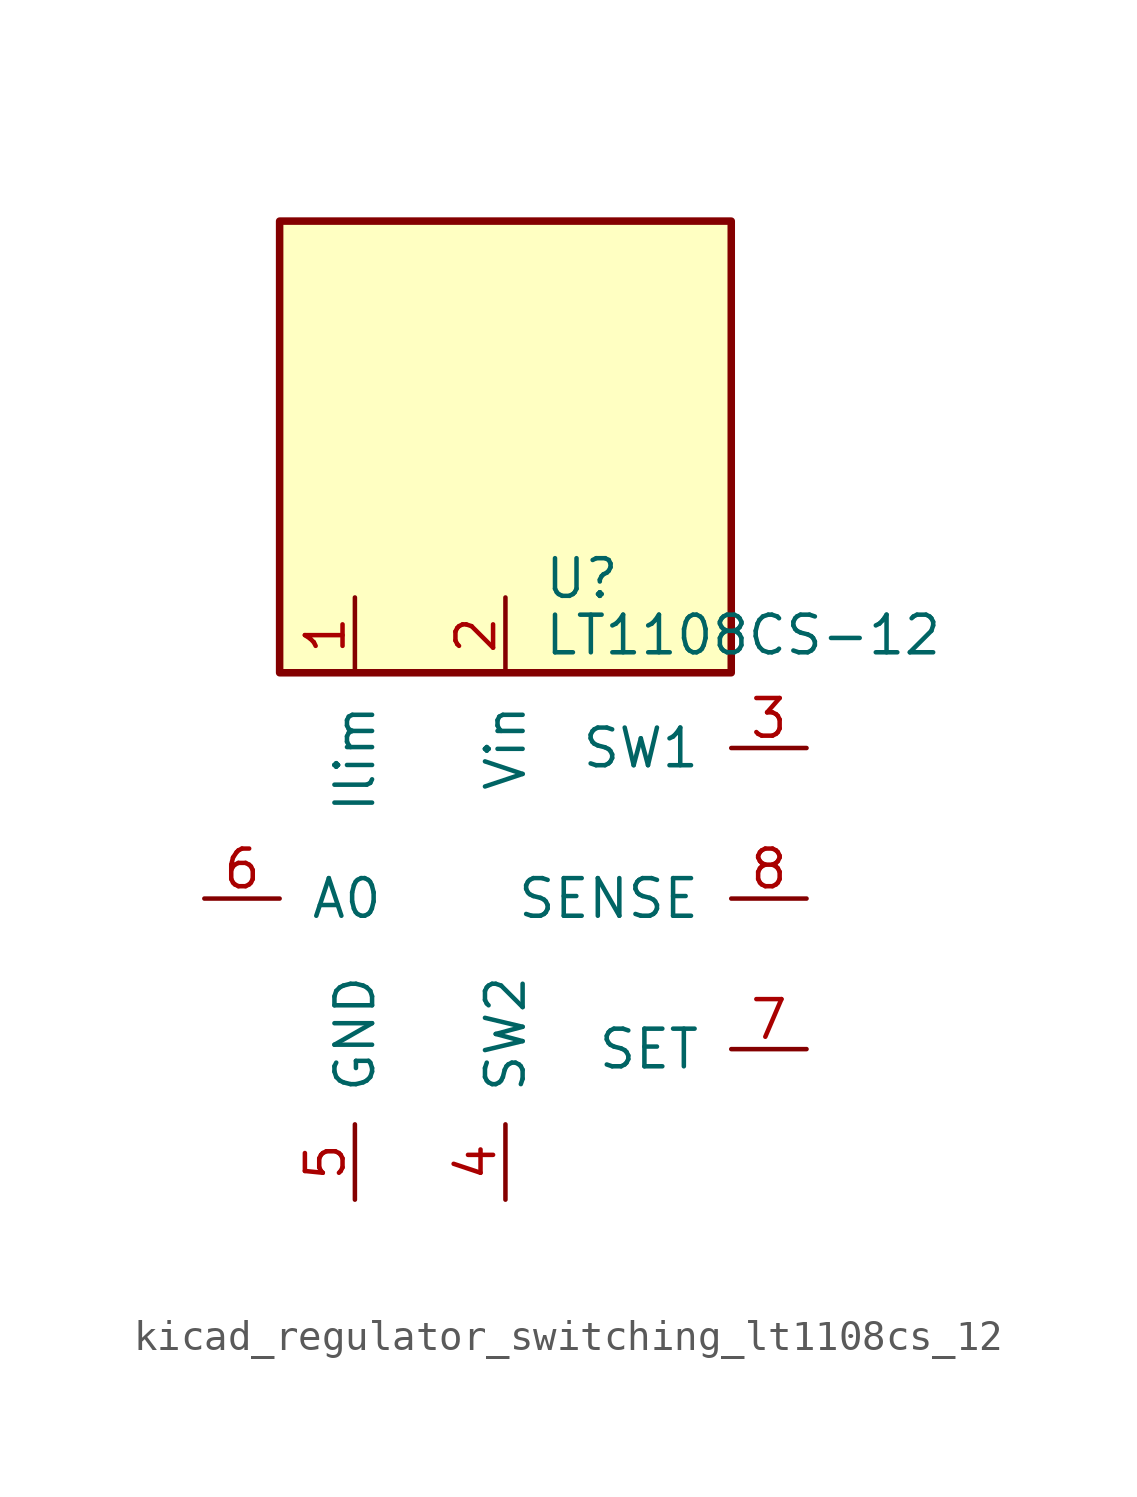
<source format=kicad_sym>
(kicad_symbol_lib
  (version 20220914)
  (generator kicad_symbol_editor)
  (symbol "kicad_regulator_switching_lt1108cs_12"
    (pin_names
      (offset 1.016))
    (property "Reference" "U"
      (at 1.27 10.795 0)
      (effects (font (size 1.27 1.27)) (justify left)))
    (property "Value" "LT1108CS-12"
      (at 1.27 8.89 0)
      (effects (font (size 1.27 1.27)) (justify left)))
    (symbol "kicad_regulator_switching_lt1108cs_12_0_1"
      (rectangle (start 7.62 22.86) (end -7.62 7.62) (stroke (width 0.254) (type default)) (fill (type background))))
    (symbol "kicad_regulator_switching_lt1108cs_12_1_1"
      (pin input line (at -5.08 10.16 270) (length 2.54) (name "Ilim" (effects (font (size 1.27 1.27)))) (number "1" (effects (font (size 1.27 1.27)))))
      (pin power_in line (at 0 10.16 270) (length 2.54) (name "Vin" (effects (font (size 1.27 1.27)))) (number "2" (effects (font (size 1.27 1.27)))))
      (pin input line (at 10.16 5.08 180) (length 2.54) (name "SW1" (effects (font (size 1.27 1.27)))) (number "3" (effects (font (size 1.27 1.27)))))
      (pin input line (at 0 -10.16 90) (length 2.54) (name "SW2" (effects (font (size 1.27 1.27)))) (number "4" (effects (font (size 1.27 1.27)))))
      (pin power_in line (at -5.08 -10.16 90) (length 2.54) (name "GND" (effects (font (size 1.27 1.27)))) (number "5" (effects (font (size 1.27 1.27)))))
      (pin output line (at -10.16 0 0) (length 2.54) (name "A0" (effects (font (size 1.27 1.27)))) (number "6" (effects (font (size 1.27 1.27)))))
      (pin input line (at 10.16 -5.08 180) (length 2.54) (name "SET" (effects (font (size 1.27 1.27)))) (number "7" (effects (font (size 1.27 1.27)))))
      (pin input line (at 10.16 0 180) (length 2.54) (name "SENSE" (effects (font (size 1.27 1.27)))) (number "8" (effects (font (size 1.27 1.27))))))))
</source>
